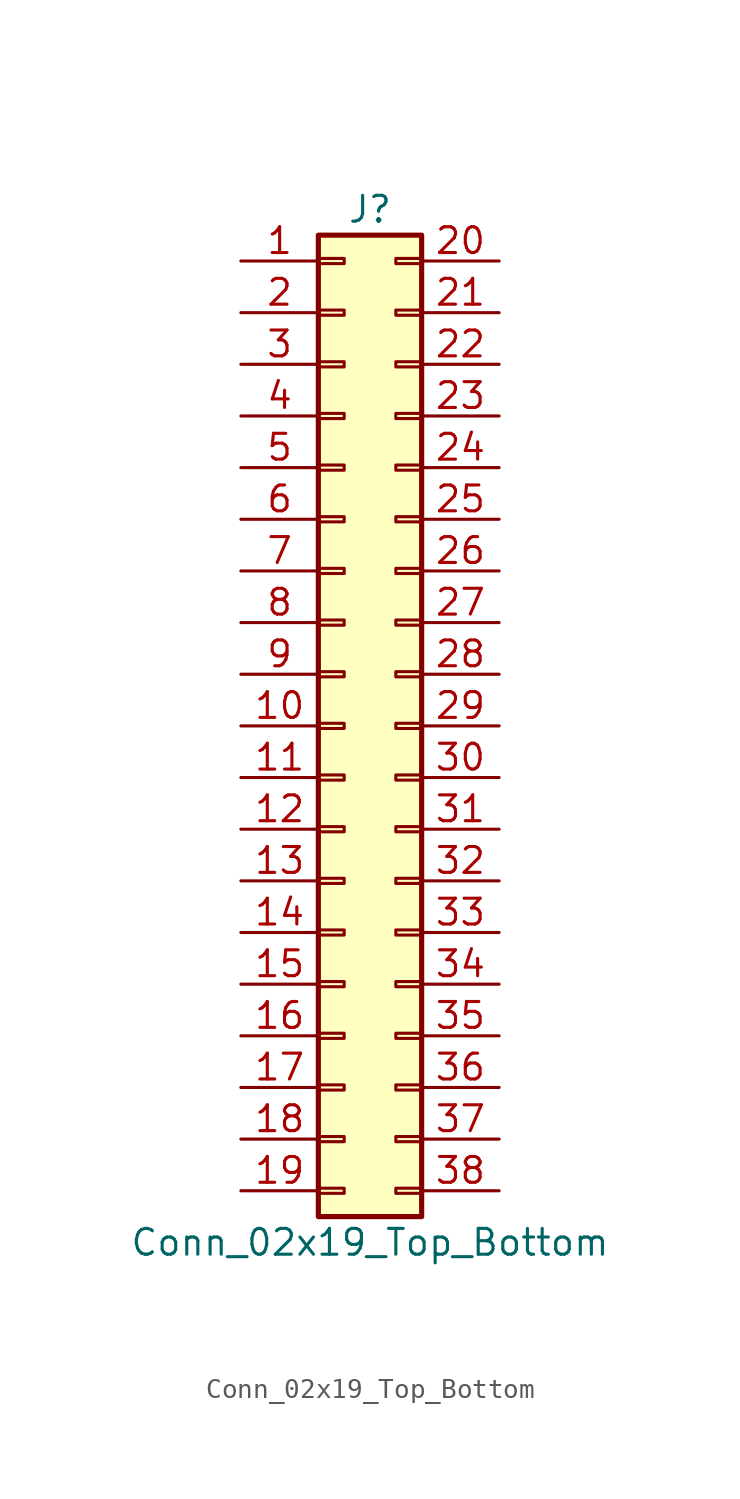
<source format=kicad_sym>
(kicad_symbol_lib
  (version 20201005)
  (generator kicad_symbol_editor)
  (symbol "Conn_02x19_Top_Bottom"
    (pin_names
      (offset 1.016) hide)
    (property "Reference" "J"
      (at 1.27 25.4 0)
      (effects (font (size 1.27 1.27))))
    (property "Value" "Conn_02x19_Top_Bottom"
      (at 1.27 -25.4 0)
      (effects (font (size 1.27 1.27))))
    (symbol "Conn_02x19_Top_Bottom_1_1"
      (rectangle (start -1.27 -22.733) (end 0 -22.987) (stroke (width 0.152)) (fill (type none)))
      (rectangle (start -1.27 -20.193) (end 0 -20.447) (stroke (width 0.152)) (fill (type none)))
      (rectangle (start -1.27 -17.653) (end 0 -17.907) (stroke (width 0.152)) (fill (type none)))
      (rectangle (start -1.27 -15.113) (end 0 -15.367) (stroke (width 0.152)) (fill (type none)))
      (rectangle (start -1.27 -12.573) (end 0 -12.827) (stroke (width 0.152)) (fill (type none)))
      (rectangle (start -1.27 -10.033) (end 0 -10.287) (stroke (width 0.152)) (fill (type none)))
      (rectangle (start -1.27 -7.493) (end 0 -7.747) (stroke (width 0.152)) (fill (type none)))
      (rectangle (start -1.27 -4.953) (end 0 -5.207) (stroke (width 0.152)) (fill (type none)))
      (rectangle (start -1.27 -2.413) (end 0 -2.667) (stroke (width 0.152)) (fill (type none)))
      (rectangle (start -1.27 0.127) (end 0 -0.127) (stroke (width 0.152)) (fill (type none)))
      (rectangle (start -1.27 2.667) (end 0 2.413) (stroke (width 0.152)) (fill (type none)))
      (rectangle (start -1.27 5.207) (end 0 4.953) (stroke (width 0.152)) (fill (type none)))
      (rectangle (start -1.27 7.747) (end 0 7.493) (stroke (width 0.152)) (fill (type none)))
      (rectangle (start -1.27 10.287) (end 0 10.033) (stroke (width 0.152)) (fill (type none)))
      (rectangle (start -1.27 12.827) (end 0 12.573) (stroke (width 0.152)) (fill (type none)))
      (rectangle (start -1.27 15.367) (end 0 15.113) (stroke (width 0.152)) (fill (type none)))
      (rectangle (start -1.27 17.907) (end 0 17.653) (stroke (width 0.152)) (fill (type none)))
      (rectangle (start -1.27 20.447) (end 0 20.193) (stroke (width 0.152)) (fill (type none)))
      (rectangle (start -1.27 22.987) (end 0 22.733) (stroke (width 0.152)) (fill (type none)))
      (rectangle (start 3.81 -22.733) (end 2.54 -22.987) (stroke (width 0.152)) (fill (type none)))
      (rectangle (start 3.81 -20.193) (end 2.54 -20.447) (stroke (width 0.152)) (fill (type none)))
      (rectangle (start 3.81 -17.653) (end 2.54 -17.907) (stroke (width 0.152)) (fill (type none)))
      (rectangle (start 3.81 -15.113) (end 2.54 -15.367) (stroke (width 0.152)) (fill (type none)))
      (rectangle (start 3.81 -12.573) (end 2.54 -12.827) (stroke (width 0.152)) (fill (type none)))
      (rectangle (start 3.81 -10.033) (end 2.54 -10.287) (stroke (width 0.152)) (fill (type none)))
      (rectangle (start 3.81 -7.493) (end 2.54 -7.747) (stroke (width 0.152)) (fill (type none)))
      (rectangle (start 3.81 -4.953) (end 2.54 -5.207) (stroke (width 0.152)) (fill (type none)))
      (rectangle (start 3.81 -2.413) (end 2.54 -2.667) (stroke (width 0.152)) (fill (type none)))
      (rectangle (start 3.81 0.127) (end 2.54 -0.127) (stroke (width 0.152)) (fill (type none)))
      (rectangle (start 3.81 2.667) (end 2.54 2.413) (stroke (width 0.152)) (fill (type none)))
      (rectangle (start 3.81 5.207) (end 2.54 4.953) (stroke (width 0.152)) (fill (type none)))
      (rectangle (start 3.81 7.747) (end 2.54 7.493) (stroke (width 0.152)) (fill (type none)))
      (rectangle (start 3.81 10.287) (end 2.54 10.033) (stroke (width 0.152)) (fill (type none)))
      (rectangle (start 3.81 12.827) (end 2.54 12.573) (stroke (width 0.152)) (fill (type none)))
      (rectangle (start 3.81 15.367) (end 2.54 15.113) (stroke (width 0.152)) (fill (type none)))
      (rectangle (start 3.81 17.907) (end 2.54 17.653) (stroke (width 0.152)) (fill (type none)))
      (rectangle (start 3.81 20.447) (end 2.54 20.193) (stroke (width 0.152)) (fill (type none)))
      (rectangle (start 3.81 22.987) (end 2.54 22.733) (stroke (width 0.152)) (fill (type none)))
      (rectangle (start -1.27 24.13) (end 3.81 -24.13) (stroke (width 0.254)) (fill (type background)))
      (pin passive line (at -5.08 22.86 0) (length 3.81) (name "Pin_1" (effects (font (size 1.27 1.27)))) (number "1" (effects (font (size 1.27 1.27)))))
      (pin passive line (at -5.08 0 0) (length 3.81) (name "Pin_10" (effects (font (size 1.27 1.27)))) (number "10" (effects (font (size 1.27 1.27)))))
      (pin passive line (at -5.08 -2.54 0) (length 3.81) (name "Pin_11" (effects (font (size 1.27 1.27)))) (number "11" (effects (font (size 1.27 1.27)))))
      (pin passive line (at -5.08 -5.08 0) (length 3.81) (name "Pin_12" (effects (font (size 1.27 1.27)))) (number "12" (effects (font (size 1.27 1.27)))))
      (pin passive line (at -5.08 -7.62 0) (length 3.81) (name "Pin_13" (effects (font (size 1.27 1.27)))) (number "13" (effects (font (size 1.27 1.27)))))
      (pin passive line (at -5.08 -10.16 0) (length 3.81) (name "Pin_14" (effects (font (size 1.27 1.27)))) (number "14" (effects (font (size 1.27 1.27)))))
      (pin passive line (at -5.08 -12.7 0) (length 3.81) (name "Pin_15" (effects (font (size 1.27 1.27)))) (number "15" (effects (font (size 1.27 1.27)))))
      (pin passive line (at -5.08 -15.24 0) (length 3.81) (name "Pin_16" (effects (font (size 1.27 1.27)))) (number "16" (effects (font (size 1.27 1.27)))))
      (pin passive line (at -5.08 -17.78 0) (length 3.81) (name "Pin_17" (effects (font (size 1.27 1.27)))) (number "17" (effects (font (size 1.27 1.27)))))
      (pin passive line (at -5.08 -20.32 0) (length 3.81) (name "Pin_18" (effects (font (size 1.27 1.27)))) (number "18" (effects (font (size 1.27 1.27)))))
      (pin passive line (at -5.08 -22.86 0) (length 3.81) (name "Pin_19" (effects (font (size 1.27 1.27)))) (number "19" (effects (font (size 1.27 1.27)))))
      (pin passive line (at -5.08 20.32 0) (length 3.81) (name "Pin_2" (effects (font (size 1.27 1.27)))) (number "2" (effects (font (size 1.27 1.27)))))
      (pin passive line (at 7.62 22.86 180) (length 3.81) (name "Pin_20" (effects (font (size 1.27 1.27)))) (number "20" (effects (font (size 1.27 1.27)))))
      (pin passive line (at 7.62 20.32 180) (length 3.81) (name "Pin_21" (effects (font (size 1.27 1.27)))) (number "21" (effects (font (size 1.27 1.27)))))
      (pin passive line (at 7.62 17.78 180) (length 3.81) (name "Pin_22" (effects (font (size 1.27 1.27)))) (number "22" (effects (font (size 1.27 1.27)))))
      (pin passive line (at 7.62 15.24 180) (length 3.81) (name "Pin_23" (effects (font (size 1.27 1.27)))) (number "23" (effects (font (size 1.27 1.27)))))
      (pin passive line (at 7.62 12.7 180) (length 3.81) (name "Pin_24" (effects (font (size 1.27 1.27)))) (number "24" (effects (font (size 1.27 1.27)))))
      (pin passive line (at 7.62 10.16 180) (length 3.81) (name "Pin_25" (effects (font (size 1.27 1.27)))) (number "25" (effects (font (size 1.27 1.27)))))
      (pin passive line (at 7.62 7.62 180) (length 3.81) (name "Pin_26" (effects (font (size 1.27 1.27)))) (number "26" (effects (font (size 1.27 1.27)))))
      (pin passive line (at 7.62 5.08 180) (length 3.81) (name "Pin_27" (effects (font (size 1.27 1.27)))) (number "27" (effects (font (size 1.27 1.27)))))
      (pin passive line (at 7.62 2.54 180) (length 3.81) (name "Pin_28" (effects (font (size 1.27 1.27)))) (number "28" (effects (font (size 1.27 1.27)))))
      (pin passive line (at 7.62 0 180) (length 3.81) (name "Pin_29" (effects (font (size 1.27 1.27)))) (number "29" (effects (font (size 1.27 1.27)))))
      (pin passive line (at -5.08 17.78 0) (length 3.81) (name "Pin_3" (effects (font (size 1.27 1.27)))) (number "3" (effects (font (size 1.27 1.27)))))
      (pin passive line (at 7.62 -2.54 180) (length 3.81) (name "Pin_30" (effects (font (size 1.27 1.27)))) (number "30" (effects (font (size 1.27 1.27)))))
      (pin passive line (at 7.62 -5.08 180) (length 3.81) (name "Pin_31" (effects (font (size 1.27 1.27)))) (number "31" (effects (font (size 1.27 1.27)))))
      (pin passive line (at 7.62 -7.62 180) (length 3.81) (name "Pin_32" (effects (font (size 1.27 1.27)))) (number "32" (effects (font (size 1.27 1.27)))))
      (pin passive line (at 7.62 -10.16 180) (length 3.81) (name "Pin_33" (effects (font (size 1.27 1.27)))) (number "33" (effects (font (size 1.27 1.27)))))
      (pin passive line (at 7.62 -12.7 180) (length 3.81) (name "Pin_34" (effects (font (size 1.27 1.27)))) (number "34" (effects (font (size 1.27 1.27)))))
      (pin passive line (at 7.62 -15.24 180) (length 3.81) (name "Pin_35" (effects (font (size 1.27 1.27)))) (number "35" (effects (font (size 1.27 1.27)))))
      (pin passive line (at 7.62 -17.78 180) (length 3.81) (name "Pin_36" (effects (font (size 1.27 1.27)))) (number "36" (effects (font (size 1.27 1.27)))))
      (pin passive line (at 7.62 -20.32 180) (length 3.81) (name "Pin_37" (effects (font (size 1.27 1.27)))) (number "37" (effects (font (size 1.27 1.27)))))
      (pin passive line (at 7.62 -22.86 180) (length 3.81) (name "Pin_38" (effects (font (size 1.27 1.27)))) (number "38" (effects (font (size 1.27 1.27)))))
      (pin passive line (at -5.08 15.24 0) (length 3.81) (name "Pin_4" (effects (font (size 1.27 1.27)))) (number "4" (effects (font (size 1.27 1.27)))))
      (pin passive line (at -5.08 12.7 0) (length 3.81) (name "Pin_5" (effects (font (size 1.27 1.27)))) (number "5" (effects (font (size 1.27 1.27)))))
      (pin passive line (at -5.08 10.16 0) (length 3.81) (name "Pin_6" (effects (font (size 1.27 1.27)))) (number "6" (effects (font (size 1.27 1.27)))))
      (pin passive line (at -5.08 7.62 0) (length 3.81) (name "Pin_7" (effects (font (size 1.27 1.27)))) (number "7" (effects (font (size 1.27 1.27)))))
      (pin passive line (at -5.08 5.08 0) (length 3.81) (name "Pin_8" (effects (font (size 1.27 1.27)))) (number "8" (effects (font (size 1.27 1.27)))))
      (pin passive line (at -5.08 2.54 0) (length 3.81) (name "Pin_9" (effects (font (size 1.27 1.27)))) (number "9" (effects (font (size 1.27 1.27))))))))
</source>
